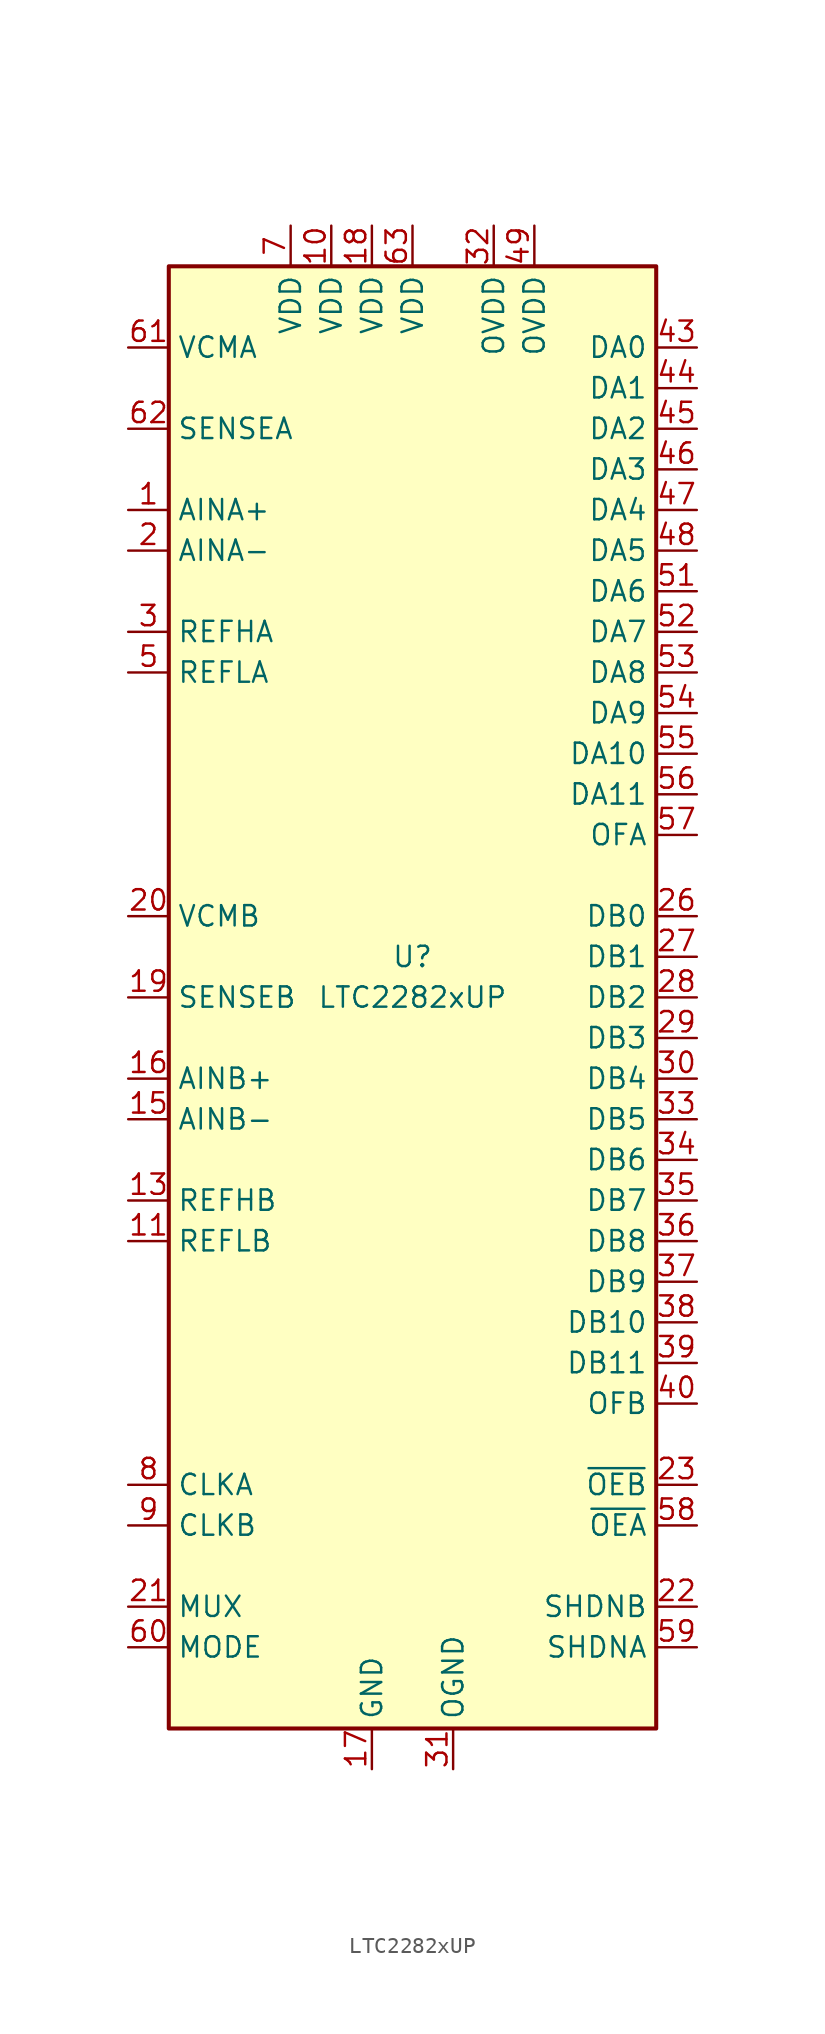
<source format=kicad_sym>
(kicad_symbol_lib
  (version 20241209)
  (generator "kicad_symbol_editor")
  (generator_version "9.0")
  (symbol "LTC2282xUP"
    (property "Reference" "U"
      (at 0 2.54 0)
      (effects (font (size 1.27 1.27))))
    (property "Value" "LTC2282xUP"
      (at 0 0 0)
      (effects (font (size 1.27 1.27))))
    (symbol "LTC2282xUP_0_1"
      (rectangle (start -15.24 45.72) (end 15.24 -45.72) (stroke (width 0.254) (type default)) (fill (type background))))
    (symbol "LTC2282xUP_1_1"
      (pin passive line (at -17.78 40.64 0) (length 2.54) (name "VCMA" (effects (font (size 1.27 1.27)))) (number "61" (effects (font (size 1.27 1.27)))))
      (pin input line (at -17.78 35.56 0) (length 2.54) (name "SENSEA" (effects (font (size 1.27 1.27)))) (number "62" (effects (font (size 1.27 1.27)))))
      (pin input line (at -17.78 30.48 0) (length 2.54) (name "AINA+" (effects (font (size 1.27 1.27)))) (number "1" (effects (font (size 1.27 1.27)))))
      (pin input line (at -17.78 27.94 0) (length 2.54) (name "AINA-" (effects (font (size 1.27 1.27)))) (number "2" (effects (font (size 1.27 1.27)))))
      (pin input line (at -17.78 22.86 0) (length 2.54) (name "REFHA" (effects (font (size 1.27 1.27)))) (number "3" (effects (font (size 1.27 1.27)))))
      (pin input line (at -17.78 22.86 0) (length 2.54) (hide yes) (name "REFHA" (effects (font (size 1.27 1.27)))) (number "4" (effects (font (size 1.27 1.27)))))
      (pin input line (at -17.78 20.32 0) (length 2.54) (name "REFLA" (effects (font (size 1.27 1.27)))) (number "5" (effects (font (size 1.27 1.27)))))
      (pin input line (at -17.78 20.32 0) (length 2.54) (hide yes) (name "REFLA" (effects (font (size 1.27 1.27)))) (number "6" (effects (font (size 1.27 1.27)))))
      (pin passive line (at -17.78 5.08 0) (length 2.54) (name "VCMB" (effects (font (size 1.27 1.27)))) (number "20" (effects (font (size 1.27 1.27)))))
      (pin input line (at -17.78 0 0) (length 2.54) (name "SENSEB" (effects (font (size 1.27 1.27)))) (number "19" (effects (font (size 1.27 1.27)))))
      (pin input line (at -17.78 -5.08 0) (length 2.54) (name "AINB+" (effects (font (size 1.27 1.27)))) (number "16" (effects (font (size 1.27 1.27)))))
      (pin input line (at -17.78 -7.62 0) (length 2.54) (name "AINB-" (effects (font (size 1.27 1.27)))) (number "15" (effects (font (size 1.27 1.27)))))
      (pin input line (at -17.78 -12.7 0) (length 2.54) (name "REFHB" (effects (font (size 1.27 1.27)))) (number "13" (effects (font (size 1.27 1.27)))))
      (pin input line (at -17.78 -12.7 0) (length 2.54) (hide yes) (name "REFHB" (effects (font (size 1.27 1.27)))) (number "14" (effects (font (size 1.27 1.27)))))
      (pin input line (at -17.78 -15.24 0) (length 2.54) (name "REFLB" (effects (font (size 1.27 1.27)))) (number "11" (effects (font (size 1.27 1.27)))))
      (pin input line (at -17.78 -15.24 0) (length 2.54) (hide yes) (name "REFLB" (effects (font (size 1.27 1.27)))) (number "12" (effects (font (size 1.27 1.27)))))
      (pin input line (at -17.78 -30.48 0) (length 2.54) (name "CLKA" (effects (font (size 1.27 1.27)))) (number "8" (effects (font (size 1.27 1.27)))))
      (pin input line (at -17.78 -33.02 0) (length 2.54) (name "CLKB" (effects (font (size 1.27 1.27)))) (number "9" (effects (font (size 1.27 1.27)))))
      (pin input line (at -17.78 -38.1 0) (length 2.54) (name "MUX" (effects (font (size 1.27 1.27)))) (number "21" (effects (font (size 1.27 1.27)))))
      (pin input line (at -17.78 -40.64 0) (length 2.54) (name "MODE" (effects (font (size 1.27 1.27)))) (number "60" (effects (font (size 1.27 1.27)))))
      (pin no_connect line (at -15.24 -20.32 0) (length 2.54) (hide yes) (name "NC" (effects (font (size 1.27 1.27)))) (number "24" (effects (font (size 1.27 1.27)))))
      (pin no_connect line (at -15.24 -22.86 0) (length 2.54) (hide yes) (name "NC" (effects (font (size 1.27 1.27)))) (number "25" (effects (font (size 1.27 1.27)))))
      (pin no_connect line (at -15.24 -25.4 0) (length 2.54) (hide yes) (name "NC" (effects (font (size 1.27 1.27)))) (number "41" (effects (font (size 1.27 1.27)))))
      (pin no_connect line (at -15.24 -27.94 0) (length 2.54) (hide yes) (name "NC" (effects (font (size 1.27 1.27)))) (number "42" (effects (font (size 1.27 1.27)))))
      (pin power_in line (at -7.62 48.26 270) (length 2.54) (name "VDD" (effects (font (size 1.27 1.27)))) (number "7" (effects (font (size 1.27 1.27)))))
      (pin power_in line (at -5.08 48.26 270) (length 2.54) (name "VDD" (effects (font (size 1.27 1.27)))) (number "10" (effects (font (size 1.27 1.27)))))
      (pin power_in line (at -2.54 48.26 270) (length 2.54) (name "VDD" (effects (font (size 1.27 1.27)))) (number "18" (effects (font (size 1.27 1.27)))))
      (pin power_in line (at -2.54 -48.26 90) (length 2.54) (name "GND" (effects (font (size 1.27 1.27)))) (number "17" (effects (font (size 1.27 1.27)))))
      (pin passive line (at -2.54 -48.26 90) (length 2.54) (hide yes) (name "GND" (effects (font (size 1.27 1.27)))) (number "64" (effects (font (size 1.27 1.27)))))
      (pin passive line (at -2.54 -48.26 90) (length 2.54) (hide yes) (name "GND" (effects (font (size 1.27 1.27)))) (number "65" (effects (font (size 1.27 1.27)))))
      (pin power_in line (at 0 48.26 270) (length 2.54) (name "VDD" (effects (font (size 1.27 1.27)))) (number "63" (effects (font (size 1.27 1.27)))))
      (pin power_in line (at 2.54 -48.26 90) (length 2.54) (name "OGND" (effects (font (size 1.27 1.27)))) (number "31" (effects (font (size 1.27 1.27)))))
      (pin passive line (at 2.54 -48.26 90) (length 2.54) (hide yes) (name "OGND" (effects (font (size 1.27 1.27)))) (number "50" (effects (font (size 1.27 1.27)))))
      (pin power_in line (at 5.08 48.26 270) (length 2.54) (name "OVDD" (effects (font (size 1.27 1.27)))) (number "32" (effects (font (size 1.27 1.27)))))
      (pin power_in line (at 7.62 48.26 270) (length 2.54) (name "OVDD" (effects (font (size 1.27 1.27)))) (number "49" (effects (font (size 1.27 1.27)))))
      (pin output line (at 17.78 40.64 180) (length 2.54) (name "DA0" (effects (font (size 1.27 1.27)))) (number "43" (effects (font (size 1.27 1.27)))))
      (pin output line (at 17.78 38.1 180) (length 2.54) (name "DA1" (effects (font (size 1.27 1.27)))) (number "44" (effects (font (size 1.27 1.27)))))
      (pin output line (at 17.78 35.56 180) (length 2.54) (name "DA2" (effects (font (size 1.27 1.27)))) (number "45" (effects (font (size 1.27 1.27)))))
      (pin output line (at 17.78 33.02 180) (length 2.54) (name "DA3" (effects (font (size 1.27 1.27)))) (number "46" (effects (font (size 1.27 1.27)))))
      (pin output line (at 17.78 30.48 180) (length 2.54) (name "DA4" (effects (font (size 1.27 1.27)))) (number "47" (effects (font (size 1.27 1.27)))))
      (pin output line (at 17.78 27.94 180) (length 2.54) (name "DA5" (effects (font (size 1.27 1.27)))) (number "48" (effects (font (size 1.27 1.27)))))
      (pin output line (at 17.78 25.4 180) (length 2.54) (name "DA6" (effects (font (size 1.27 1.27)))) (number "51" (effects (font (size 1.27 1.27)))))
      (pin output line (at 17.78 22.86 180) (length 2.54) (name "DA7" (effects (font (size 1.27 1.27)))) (number "52" (effects (font (size 1.27 1.27)))))
      (pin output line (at 17.78 20.32 180) (length 2.54) (name "DA8" (effects (font (size 1.27 1.27)))) (number "53" (effects (font (size 1.27 1.27)))))
      (pin output line (at 17.78 17.78 180) (length 2.54) (name "DA9" (effects (font (size 1.27 1.27)))) (number "54" (effects (font (size 1.27 1.27)))))
      (pin output line (at 17.78 15.24 180) (length 2.54) (name "DA10" (effects (font (size 1.27 1.27)))) (number "55" (effects (font (size 1.27 1.27)))))
      (pin output line (at 17.78 12.7 180) (length 2.54) (name "DA11" (effects (font (size 1.27 1.27)))) (number "56" (effects (font (size 1.27 1.27)))))
      (pin output line (at 17.78 10.16 180) (length 2.54) (name "OFA" (effects (font (size 1.27 1.27)))) (number "57" (effects (font (size 1.27 1.27)))))
      (pin output line (at 17.78 5.08 180) (length 2.54) (name "DB0" (effects (font (size 1.27 1.27)))) (number "26" (effects (font (size 1.27 1.27)))))
      (pin output line (at 17.78 2.54 180) (length 2.54) (name "DB1" (effects (font (size 1.27 1.27)))) (number "27" (effects (font (size 1.27 1.27)))))
      (pin output line (at 17.78 0 180) (length 2.54) (name "DB2" (effects (font (size 1.27 1.27)))) (number "28" (effects (font (size 1.27 1.27)))))
      (pin output line (at 17.78 -2.54 180) (length 2.54) (name "DB3" (effects (font (size 1.27 1.27)))) (number "29" (effects (font (size 1.27 1.27)))))
      (pin output line (at 17.78 -5.08 180) (length 2.54) (name "DB4" (effects (font (size 1.27 1.27)))) (number "30" (effects (font (size 1.27 1.27)))))
      (pin output line (at 17.78 -7.62 180) (length 2.54) (name "DB5" (effects (font (size 1.27 1.27)))) (number "33" (effects (font (size 1.27 1.27)))))
      (pin output line (at 17.78 -10.16 180) (length 2.54) (name "DB6" (effects (font (size 1.27 1.27)))) (number "34" (effects (font (size 1.27 1.27)))))
      (pin output line (at 17.78 -12.7 180) (length 2.54) (name "DB7" (effects (font (size 1.27 1.27)))) (number "35" (effects (font (size 1.27 1.27)))))
      (pin output line (at 17.78 -15.24 180) (length 2.54) (name "DB8" (effects (font (size 1.27 1.27)))) (number "36" (effects (font (size 1.27 1.27)))))
      (pin output line (at 17.78 -17.78 180) (length 2.54) (name "DB9" (effects (font (size 1.27 1.27)))) (number "37" (effects (font (size 1.27 1.27)))))
      (pin output line (at 17.78 -20.32 180) (length 2.54) (name "DB10" (effects (font (size 1.27 1.27)))) (number "38" (effects (font (size 1.27 1.27)))))
      (pin output line (at 17.78 -22.86 180) (length 2.54) (name "DB11" (effects (font (size 1.27 1.27)))) (number "39" (effects (font (size 1.27 1.27)))))
      (pin output line (at 17.78 -25.4 180) (length 2.54) (name "OFB" (effects (font (size 1.27 1.27)))) (number "40" (effects (font (size 1.27 1.27)))))
      (pin input line (at 17.78 -30.48 180) (length 2.54) (name "~{OEB}" (effects (font (size 1.27 1.27)))) (number "23" (effects (font (size 1.27 1.27)))))
      (pin input line (at 17.78 -33.02 180) (length 2.54) (name "~{OEA}" (effects (font (size 1.27 1.27)))) (number "58" (effects (font (size 1.27 1.27)))))
      (pin input line (at 17.78 -38.1 180) (length 2.54) (name "SHDNB" (effects (font (size 1.27 1.27)))) (number "22" (effects (font (size 1.27 1.27)))))
      (pin input line (at 17.78 -40.64 180) (length 2.54) (name "SHDNA" (effects (font (size 1.27 1.27)))) (number "59" (effects (font (size 1.27 1.27))))))))
</source>
